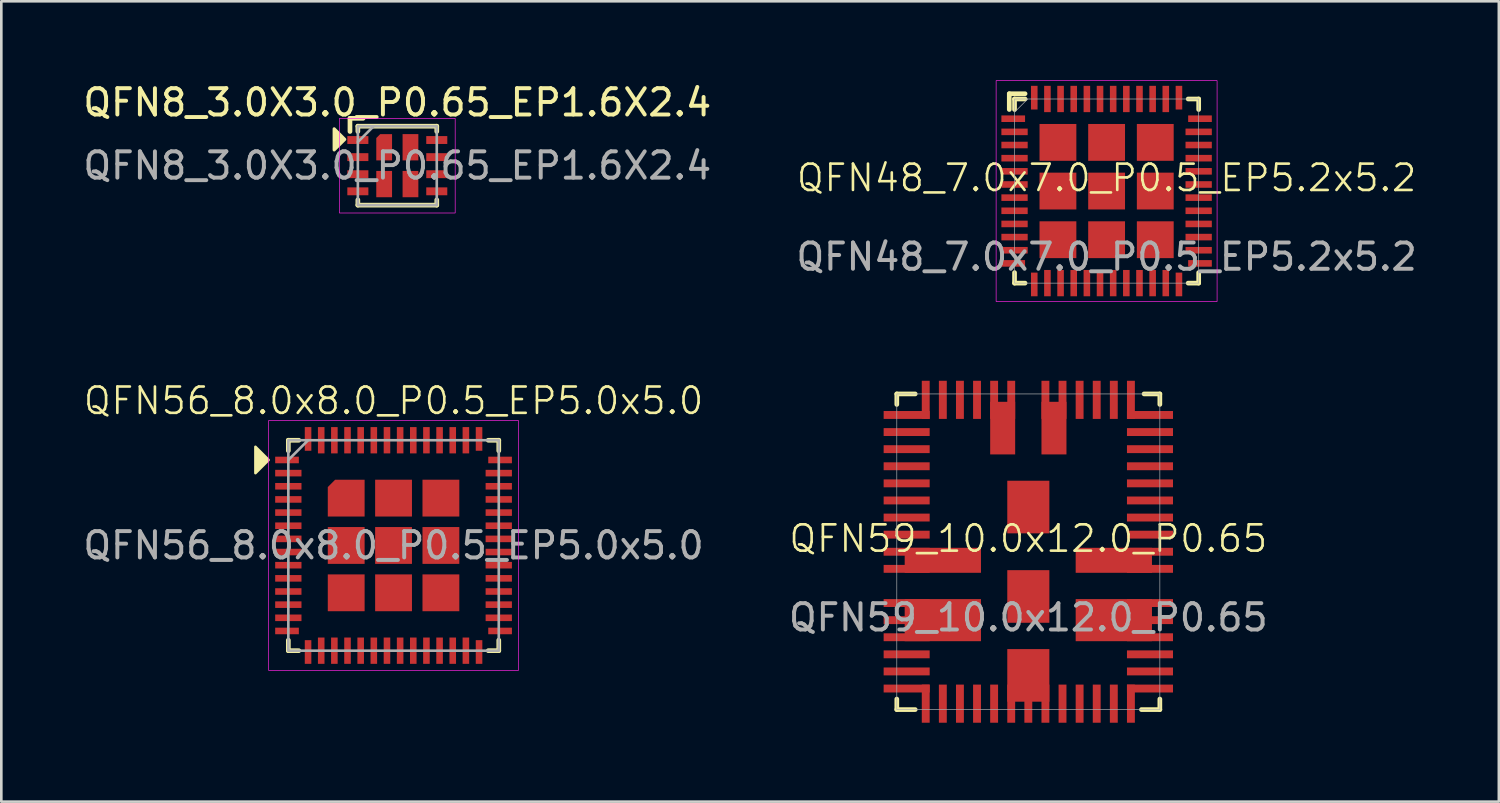
<source format=kicad_pcb>
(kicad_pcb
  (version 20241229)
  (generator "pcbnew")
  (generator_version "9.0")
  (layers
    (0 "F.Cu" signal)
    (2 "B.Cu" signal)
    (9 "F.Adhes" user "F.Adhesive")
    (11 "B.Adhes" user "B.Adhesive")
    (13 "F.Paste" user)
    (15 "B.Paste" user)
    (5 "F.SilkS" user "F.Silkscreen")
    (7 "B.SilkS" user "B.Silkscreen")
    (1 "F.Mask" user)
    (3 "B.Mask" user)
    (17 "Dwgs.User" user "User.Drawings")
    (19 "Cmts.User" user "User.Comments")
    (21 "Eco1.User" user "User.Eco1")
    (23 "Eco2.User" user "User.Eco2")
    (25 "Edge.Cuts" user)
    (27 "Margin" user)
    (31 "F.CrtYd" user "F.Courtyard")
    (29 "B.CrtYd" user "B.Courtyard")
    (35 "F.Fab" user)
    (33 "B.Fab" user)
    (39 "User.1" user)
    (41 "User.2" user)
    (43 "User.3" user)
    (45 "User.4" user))
  (footprint "QFN56_8.0x8.0_P0.5_EP5.0x5.0"
    (layer "F.Cu")
    (at 11.911 17.686)
    (property "Reference" "QFN56_8.0x8.0_P0.5_EP5.0x5.0" (at 0 -5.5 0) (unlocked yes) (layer "F.SilkS") (effects (font (size 1 1) (thickness 0.1))))
    (attr smd)
    (fp_line (start -4 -4) (end -3.6 -4) (stroke (width 0.178) (type default)) (layer "F.SilkS"))
    (fp_line (start -4 -3.6) (end -4 -4) (stroke (width 0.178) (type default)) (layer "F.SilkS"))
    (fp_line (start -4 3.6) (end -4 4) (stroke (width 0.178) (type default)) (layer "F.SilkS"))
    (fp_line (start -4 4) (end -3.6 4) (stroke (width 0.178) (type default)) (layer "F.SilkS"))
    (fp_line (start 3.6 4) (end 4 4) (stroke (width 0.178) (type default)) (layer "F.SilkS"))
    (fp_line (start 4 -4) (end 3.6 -4) (stroke (width 0.178) (type default)) (layer "F.SilkS"))
    (fp_line (start 4 -3.6) (end 4 -4) (stroke (width 0.178) (type default)) (layer "F.SilkS"))
    (fp_line (start 4 4) (end 4 3.6) (stroke (width 0.178) (type default)) (layer "F.SilkS"))
    (fp_poly (pts (xy -4.75 -3.25) (xy -5.25 -3.75) (xy -5.25 -2.75)) (stroke (width 0.1) (type solid)) (fill yes) (layer "F.SilkS"))
    (fp_rect (start -4.75 -4.75) (end 4.75 4.75) (stroke (width 0.025) (type default)) (fill no) (layer "F.CrtYd"))
    (fp_line (start -4 -3.25) (end -3.25 -4) (stroke (width 0.1) (type default)) (layer "F.Fab"))
    (fp_rect (start -4 -4) (end 4 4) (stroke (width 0.1) (type default)) (fill no) (layer "F.Fab"))
    (fp_text user "${REFERENCE}" (at 0 0 0) (unlocked yes) (layer "F.Fab") (effects (font (size 1 1) (thickness 0.15))))
    (pad "1" smd rect (at -4.05 -3.25) (size 0.9 0.25) (layers "F.Cu" "F.Mask" "F.Paste"))
    (pad "2" smd rect (at -4 -2.75) (size 1 0.25) (layers "F.Cu" "F.Mask" "F.Paste"))
    (pad "3" smd rect (at -4 -2.25) (size 1 0.25) (layers "F.Cu" "F.Mask" "F.Paste"))
    (pad "4" smd rect (at -4 -1.75) (size 1 0.25) (layers "F.Cu" "F.Mask" "F.Paste"))
    (pad "5" smd rect (at -4 -1.25) (size 1 0.25) (layers "F.Cu" "F.Mask" "F.Paste"))
    (pad "6" smd rect (at -4 -0.75) (size 1 0.25) (layers "F.Cu" "F.Mask" "F.Paste"))
    (pad "7" smd rect (at -4 -0.25) (size 1 0.25) (layers "F.Cu" "F.Mask" "F.Paste"))
    (pad "8" smd rect (at -4 0.25) (size 1 0.25) (layers "F.Cu" "F.Mask" "F.Paste"))
    (pad "9" smd rect (at -4 0.75) (size 1 0.25) (layers "F.Cu" "F.Mask" "F.Paste"))
    (pad "10" smd rect (at -4 1.25) (size 1 0.25) (layers "F.Cu" "F.Mask" "F.Paste"))
    (pad "11" smd rect (at -4 1.75) (size 1 0.25) (layers "F.Cu" "F.Mask" "F.Paste"))
    (pad "12" smd rect (at -4 2.25) (size 1 0.25) (layers "F.Cu" "F.Mask" "F.Paste"))
    (pad "13" smd rect (at -4 2.75) (size 1 0.25) (layers "F.Cu" "F.Mask" "F.Paste"))
    (pad "14" smd rect (at -4.05 3.25) (size 0.9 0.25) (layers "F.Cu" "F.Mask" "F.Paste"))
    (pad "15" smd rect (at -3.25 4.05) (size 0.25 0.9) (layers "F.Cu" "F.Mask" "F.Paste"))
    (pad "16" smd rect (at -2.75 4) (size 0.25 1) (layers "F.Cu" "F.Mask" "F.Paste"))
    (pad "17" smd rect (at -2.25 4) (size 0.25 1) (layers "F.Cu" "F.Mask" "F.Paste"))
    (pad "18" smd rect (at -1.75 4) (size 0.25 1) (layers "F.Cu" "F.Mask" "F.Paste"))
    (pad "19" smd rect (at -1.25 4) (size 0.25 1) (layers "F.Cu" "F.Mask" "F.Paste"))
    (pad "20" smd rect (at -0.75 4) (size 0.25 1) (layers "F.Cu" "F.Mask" "F.Paste"))
    (pad "21" smd rect (at -0.25 4) (size 0.25 1) (layers "F.Cu" "F.Mask" "F.Paste"))
    (pad "22" smd rect (at 0.25 4) (size 0.25 1) (layers "F.Cu" "F.Mask" "F.Paste"))
    (pad "23" smd rect (at 0.75 4) (size 0.25 1) (layers "F.Cu" "F.Mask" "F.Paste"))
    (pad "24" smd rect (at 1.25 4) (size 0.25 1) (layers "F.Cu" "F.Mask" "F.Paste"))
    (pad "25" smd rect (at 1.75 4) (size 0.25 1) (layers "F.Cu" "F.Mask" "F.Paste"))
    (pad "26" smd rect (at 2.25 4) (size 0.25 1) (layers "F.Cu" "F.Mask" "F.Paste"))
    (pad "27" smd rect (at 2.75 4) (size 0.25 1) (layers "F.Cu" "F.Mask" "F.Paste"))
    (pad "28" smd rect (at 3.25 4.05) (size 0.25 0.9) (layers "F.Cu" "F.Mask" "F.Paste"))
    (pad "29" smd rect (at 4.05 3.25) (size 0.9 0.25) (layers "F.Cu" "F.Mask" "F.Paste"))
    (pad "30" smd rect (at 4 2.75) (size 1 0.25) (layers "F.Cu" "F.Mask" "F.Paste"))
    (pad "31" smd rect (at 4 2.25) (size 1 0.25) (layers "F.Cu" "F.Mask" "F.Paste"))
    (pad "32" smd rect (at 4 1.75) (size 1 0.25) (layers "F.Cu" "F.Mask" "F.Paste"))
    (pad "33" smd rect (at 4 1.25) (size 1 0.25) (layers "F.Cu" "F.Mask" "F.Paste"))
    (pad "34" smd rect (at 4 0.75) (size 1 0.25) (layers "F.Cu" "F.Mask" "F.Paste"))
    (pad "35" smd rect (at 4 0.25) (size 1 0.25) (layers "F.Cu" "F.Mask" "F.Paste"))
    (pad "36" smd rect (at 4 -0.25) (size 1 0.25) (layers "F.Cu" "F.Mask" "F.Paste"))
    (pad "37" smd rect (at 4 -0.75) (size 1 0.25) (layers "F.Cu" "F.Mask" "F.Paste"))
    (pad "38" smd rect (at 4 -1.25) (size 1 0.25) (layers "F.Cu" "F.Mask" "F.Paste"))
    (pad "39" smd rect (at 4 -1.75) (size 1 0.25) (layers "F.Cu" "F.Mask" "F.Paste"))
    (pad "40" smd rect (at 4 -2.25) (size 1 0.25) (layers "F.Cu" "F.Mask" "F.Paste"))
    (pad "41" smd rect (at 4 -2.75) (size 1 0.25) (layers "F.Cu" "F.Mask" "F.Paste"))
    (pad "42" smd rect (at 4.05 -3.25) (size 0.9 0.25) (layers "F.Cu" "F.Mask" "F.Paste"))
    (pad "43" smd rect (at 3.25 -4.05) (size 0.25 0.9) (layers "F.Cu" "F.Mask" "F.Paste"))
    (pad "44" smd rect (at 2.75 -4) (size 0.25 1) (layers "F.Cu" "F.Mask" "F.Paste"))
    (pad "45" smd rect (at 2.25 -4) (size 0.25 1) (layers "F.Cu" "F.Mask" "F.Paste"))
    (pad "46" smd rect (at 1.75 -4) (size 0.25 1) (layers "F.Cu" "F.Mask" "F.Paste"))
    (pad "47" smd rect (at 1.25 -4) (size 0.25 1) (layers "F.Cu" "F.Mask" "F.Paste"))
    (pad "48" smd rect (at 0.75 -4) (size 0.25 1) (layers "F.Cu" "F.Mask" "F.Paste"))
    (pad "49" smd rect (at 0.25 -4) (size 0.25 1) (layers "F.Cu" "F.Mask" "F.Paste"))
    (pad "50" smd rect (at -0.25 -4) (size 0.25 1) (layers "F.Cu" "F.Mask" "F.Paste"))
    (pad "51" smd rect (at -0.75 -4) (size 0.25 1) (layers "F.Cu" "F.Mask" "F.Paste"))
    (pad "52" smd rect (at -1.25 -4) (size 0.25 1) (layers "F.Cu" "F.Mask" "F.Paste"))
    (pad "53" smd rect (at -1.75 -4) (size 0.25 1) (layers "F.Cu" "F.Mask" "F.Paste"))
    (pad "54" smd rect (at -2.25 -4) (size 0.25 1) (layers "F.Cu" "F.Mask" "F.Paste"))
    (pad "55" smd rect (at -2.75 -4) (size 0.25 1) (layers "F.Cu" "F.Mask" "F.Paste"))
    (pad "56" smd rect (at -3.25 -4.05) (size 0.25 0.9) (layers "F.Cu" "F.Mask" "F.Paste"))
    (pad "57" smd roundrect (at -1.8 -1.8) (size 1.4 1.4) (layers "F.Cu" "F.Mask" "F.Paste") (roundrect_rratio 0) (chamfer_ratio 0.2) (chamfer top_left))
    (pad "57" smd rect (at -1.8 0) (size 1.4 1.4) (layers "F.Cu" "F.Mask" "F.Paste"))
    (pad "57" smd rect (at -1.8 1.8) (size 1.4 1.4) (layers "F.Cu" "F.Mask" "F.Paste"))
    (pad "57" smd rect (at 0 -1.8) (size 1.4 1.4) (layers "F.Cu" "F.Mask" "F.Paste"))
    (pad "57" smd rect (at 0 0) (size 1.4 1.4) (layers "F.Cu" "F.Mask" "F.Paste"))
    (pad "57" smd rect (at 0 1.8) (size 1.4 1.4) (layers "F.Cu" "F.Mask" "F.Paste"))
    (pad "57" smd rect (at 1.8 -1.8) (size 1.4 1.4) (layers "F.Cu" "F.Mask" "F.Paste"))
    (pad "57" smd rect (at 1.8 0) (size 1.4 1.4) (layers "F.Cu" "F.Mask" "F.Paste"))
    (pad "57" smd rect (at 1.8 1.8) (size 1.4 1.4) (layers "F.Cu" "F.Mask" "F.Paste")))
  (footprint "QFN48_7.0x7.0_P0.5_EP5.2x5.2"
    (layer "F.Cu")
    (at 39.018 4.213)
    (property "Reference" "QFN48_7.0x7.0_P0.5_EP5.2x5.2" (at 0 -0.5 0) (unlocked yes) (layer "F.SilkS") (effects (font (size 1 1) (thickness 0.1))))
    (attr smd)
    (fp_line (start -3.7 -3.7) (end -3.1 -3.7) (stroke (width 0.178) (type default)) (layer "F.SilkS"))
    (fp_line (start -3.7 -3.1) (end -3.7 -3.7) (stroke (width 0.178) (type default)) (layer "F.SilkS"))
    (fp_line (start -3.5 -3.1) (end -3.5 -3.5) (stroke (width 0.178) (type default)) (layer "F.SilkS"))
    (fp_line (start -3.5 3.1) (end -3.5 3.5) (stroke (width 0.178) (type default)) (layer "F.SilkS"))
    (fp_line (start -3.1 -3.5) (end -3.5 -3.5) (stroke (width 0.178) (type default)) (layer "F.SilkS"))
    (fp_line (start -3.1 3.5) (end -3.5 3.5) (stroke (width 0.178) (type default)) (layer "F.SilkS"))
    (fp_line (start 3.1 -3.5) (end 3.5 -3.5) (stroke (width 0.178) (type default)) (layer "F.SilkS"))
    (fp_line (start 3.1 3.5) (end 3.5 3.5) (stroke (width 0.178) (type default)) (layer "F.SilkS"))
    (fp_line (start 3.5 -3.1) (end 3.5 -3.5) (stroke (width 0.178) (type default)) (layer "F.SilkS"))
    (fp_line (start 3.5 3.1) (end 3.5 3.5) (stroke (width 0.178) (type default)) (layer "F.SilkS"))
    (fp_rect (start -4.2 -4.2) (end 4.2 4.2) (stroke (width 0.025) (type default)) (fill no) (layer "F.CrtYd"))
    (fp_line (start -3.5 -3) (end -3 -3.5) (stroke (width 0.025) (type default)) (layer "F.Fab"))
    (fp_rect (start -3.5 -3.5) (end 3.5 3.5) (stroke (width 0.025) (type default)) (fill no) (layer "F.Fab"))
    (fp_text user "${REFERENCE}" (at 0 2.5 0) (unlocked yes) (layer "F.Fab") (effects (font (size 1 1) (thickness 0.15))))
    (pad "1" smd rect (at -3.55 -2.75) (size 0.9 0.25) (layers "F.Cu" "F.Mask" "F.Paste"))
    (pad "2" smd rect (at -3.5 -2.25) (size 1 0.25) (layers "F.Cu" "F.Mask" "F.Paste"))
    (pad "3" smd rect (at -3.5 -1.75) (size 1 0.25) (layers "F.Cu" "F.Mask" "F.Paste"))
    (pad "4" smd rect (at -3.5 -1.25) (size 1 0.25) (layers "F.Cu" "F.Mask" "F.Paste"))
    (pad "5" smd rect (at -3.5 -0.75) (size 1 0.25) (layers "F.Cu" "F.Mask" "F.Paste"))
    (pad "6" smd rect (at -3.5 -0.25) (size 1 0.25) (layers "F.Cu" "F.Mask" "F.Paste"))
    (pad "7" smd rect (at -3.5 0.25) (size 1 0.25) (layers "F.Cu" "F.Mask" "F.Paste"))
    (pad "8" smd rect (at -3.5 0.75) (size 1 0.25) (layers "F.Cu" "F.Mask" "F.Paste"))
    (pad "9" smd rect (at -3.5 1.25) (size 1 0.25) (layers "F.Cu" "F.Mask" "F.Paste"))
    (pad "10" smd rect (at -3.5 1.75) (size 1 0.25) (layers "F.Cu" "F.Mask" "F.Paste"))
    (pad "11" smd rect (at -3.5 2.25) (size 1 0.25) (layers "F.Cu" "F.Mask" "F.Paste"))
    (pad "12" smd rect (at -3.55 2.75) (size 0.9 0.25) (layers "F.Cu" "F.Mask" "F.Paste"))
    (pad "13" smd rect (at -2.75 3.55) (size 0.25 0.9) (layers "F.Cu" "F.Mask" "F.Paste"))
    (pad "14" smd rect (at -2.25 3.5) (size 0.25 1) (layers "F.Cu" "F.Mask" "F.Paste"))
    (pad "15" smd rect (at -1.75 3.5) (size 0.25 1) (layers "F.Cu" "F.Mask" "F.Paste"))
    (pad "16" smd rect (at -1.25 3.5) (size 0.25 1) (layers "F.Cu" "F.Mask" "F.Paste"))
    (pad "17" smd rect (at -0.75 3.5) (size 0.25 1) (layers "F.Cu" "F.Mask" "F.Paste"))
    (pad "18" smd rect (at -0.25 3.5) (size 0.25 1) (layers "F.Cu" "F.Mask" "F.Paste"))
    (pad "19" smd rect (at 0.25 3.5) (size 0.25 1) (layers "F.Cu" "F.Mask" "F.Paste"))
    (pad "20" smd rect (at 0.75 3.5) (size 0.25 1) (layers "F.Cu" "F.Mask" "F.Paste"))
    (pad "21" smd rect (at 1.25 3.5) (size 0.25 1) (layers "F.Cu" "F.Mask" "F.Paste"))
    (pad "22" smd rect (at 1.75 3.5) (size 0.25 1) (layers "F.Cu" "F.Mask" "F.Paste"))
    (pad "23" smd rect (at 2.25 3.5) (size 0.25 1) (layers "F.Cu" "F.Mask" "F.Paste"))
    (pad "24" smd rect (at 2.75 3.55) (size 0.25 0.9) (layers "F.Cu" "F.Mask" "F.Paste"))
    (pad "25" smd rect (at 3.55 2.75) (size 0.9 0.25) (layers "F.Cu" "F.Mask" "F.Paste"))
    (pad "26" smd rect (at 3.5 2.25) (size 1 0.25) (layers "F.Cu" "F.Mask" "F.Paste"))
    (pad "27" smd rect (at 3.5 1.75) (size 1 0.25) (layers "F.Cu" "F.Mask" "F.Paste"))
    (pad "28" smd rect (at 3.5 1.25) (size 1 0.25) (layers "F.Cu" "F.Mask" "F.Paste"))
    (pad "29" smd rect (at 3.5 0.75) (size 1 0.25) (layers "F.Cu" "F.Mask" "F.Paste"))
    (pad "30" smd rect (at 3.5 0.25) (size 1 0.25) (layers "F.Cu" "F.Mask" "F.Paste"))
    (pad "31" smd rect (at 3.5 -0.25) (size 1 0.25) (layers "F.Cu" "F.Mask" "F.Paste"))
    (pad "32" smd rect (at 3.5 -0.75) (size 1 0.25) (layers "F.Cu" "F.Mask" "F.Paste"))
    (pad "33" smd rect (at 3.5 -1.25) (size 1 0.25) (layers "F.Cu" "F.Mask" "F.Paste"))
    (pad "34" smd rect (at 3.5 -1.75) (size 1 0.25) (layers "F.Cu" "F.Mask" "F.Paste"))
    (pad "35" smd rect (at 3.5 -2.25) (size 1 0.25) (layers "F.Cu" "F.Mask" "F.Paste"))
    (pad "36" smd rect (at 3.55 -2.75) (size 0.9 0.25) (layers "F.Cu" "F.Mask" "F.Paste"))
    (pad "37" smd rect (at 2.75 -3.55) (size 0.25 0.9) (layers "F.Cu" "F.Mask" "F.Paste"))
    (pad "38" smd rect (at 2.25 -3.5) (size 0.25 1) (layers "F.Cu" "F.Mask" "F.Paste"))
    (pad "39" smd rect (at 1.75 -3.5) (size 0.25 1) (layers "F.Cu" "F.Mask" "F.Paste"))
    (pad "40" smd rect (at 1.25 -3.5) (size 0.25 1) (layers "F.Cu" "F.Mask" "F.Paste"))
    (pad "41" smd rect (at 0.75 -3.5) (size 0.25 1) (layers "F.Cu" "F.Mask" "F.Paste"))
    (pad "42" smd rect (at 0.25 -3.5) (size 0.25 1) (layers "F.Cu" "F.Mask" "F.Paste"))
    (pad "43" smd rect (at -0.25 -3.5) (size 0.25 1) (layers "F.Cu" "F.Mask" "F.Paste"))
    (pad "44" smd rect (at -0.75 -3.5) (size 0.25 1) (layers "F.Cu" "F.Mask" "F.Paste"))
    (pad "45" smd rect (at -1.25 -3.5) (size 0.25 1) (layers "F.Cu" "F.Mask" "F.Paste"))
    (pad "46" smd rect (at -1.75 -3.5) (size 0.25 1) (layers "F.Cu" "F.Mask" "F.Paste"))
    (pad "47" smd rect (at -2.25 -3.5) (size 0.25 1) (layers "F.Cu" "F.Mask" "F.Paste"))
    (pad "48" smd rect (at -2.75 -3.55) (size 0.25 0.9) (layers "F.Cu" "F.Mask" "F.Paste"))
    (pad "49" smd rect (at -1.85 -1.85) (size 1.4 1.4) (layers "F.Cu" "F.Mask" "F.Paste"))
    (pad "49" smd rect (at -1.85 0) (size 1.4 1.4) (layers "F.Cu" "F.Mask" "F.Paste"))
    (pad "49" smd rect (at -1.85 1.85) (size 1.4 1.4) (layers "F.Cu" "F.Mask" "F.Paste"))
    (pad "49" smd rect (at 0 -1.85) (size 1.4 1.4) (layers "F.Cu" "F.Mask" "F.Paste"))
    (pad "49" smd rect (at 0 0) (size 1.4 1.4) (layers "F.Cu" "F.Mask" "F.Paste"))
    (pad "49" smd rect (at 0 1.85) (size 1.4 1.4) (layers "F.Cu" "F.Mask" "F.Paste"))
    (pad "49" smd rect (at 1.85 -1.85) (size 1.4 1.4) (layers "F.Cu" "F.Mask" "F.Paste"))
    (pad "49" smd rect (at 1.85 0) (size 1.4 1.4) (layers "F.Cu" "F.Mask" "F.Paste"))
    (pad "49" smd rect (at 1.85 1.85) (size 1.4 1.4) (layers "F.Cu" "F.Mask" "F.Paste")))
  (footprint "QFN8_3.0X3.0_P0.65_EP1.6X2.4"
    (layer "F.Cu")
    (at 12.054 3.248)
    (property "Reference" "QFN8_3.0X3.0_P0.65_EP1.6X2.4" (at 0 -2.4 0) (unlocked yes) (layer "F.SilkS") (effects (font (size 1 1) (thickness 0.15))))
    (attr smd)
    (fp_line (start -1.8 -1.8) (end -1.3 -1.8) (stroke (width 0.178) (type solid)) (layer "F.SilkS"))
    (fp_line (start -1.8 -1.3) (end -1.8 -1.8) (stroke (width 0.178) (type solid)) (layer "F.SilkS"))
    (fp_line (start -1.5 -1.5) (end 1.5 -1.5) (stroke (width 0.178) (type solid)) (layer "F.SilkS"))
    (fp_line (start -1.5 -1.3) (end -1.5 -1.5) (stroke (width 0.178) (type solid)) (layer "F.SilkS"))
    (fp_line (start -1.5 1.5) (end -1.5 1.3) (stroke (width 0.178) (type solid)) (layer "F.SilkS"))
    (fp_line (start 1.5 -1.5) (end 1.5 -1.3) (stroke (width 0.178) (type solid)) (layer "F.SilkS"))
    (fp_line (start 1.5 1.3) (end 1.5 1.5) (stroke (width 0.178) (type solid)) (layer "F.SilkS"))
    (fp_line (start 1.5 1.5) (end -1.5 1.5) (stroke (width 0.178) (type solid)) (layer "F.SilkS"))
    (fp_poly (pts (xy -2 -1) (xy -2.4 -0.6) (xy -2.4 -1.4)) (stroke (width 0.12) (type solid)) (fill yes) (layer "F.SilkS"))
    (fp_rect (start -2.2 -1.8) (end 2.2 1.8) (stroke (width 0.025) (type solid)) (fill no) (layer "F.CrtYd"))
    (fp_line (start -1.5 -0.9) (end -0.9 -1.5) (stroke (width 0.1) (type solid)) (layer "F.Fab"))
    (fp_rect (start -1.5 -1.5) (end 1.5 1.5) (stroke (width 0.1) (type solid)) (fill no) (layer "F.Fab"))
    (fp_text user "${REFERENCE}" (at 0 0 0) (unlocked yes) (layer "F.Fab") (effects (font (size 1 1) (thickness 0.15))))
    (pad "1" smd rect (at -1.5 -0.975) (size 0.8 0.3) (layers "F.Cu" "F.Mask" "F.Paste"))
    (pad "2" smd rect (at -1.5 -0.325) (size 0.8 0.3) (layers "F.Cu" "F.Mask" "F.Paste"))
    (pad "3" smd rect (at -1.5 0.325) (size 0.8 0.3) (layers "F.Cu" "F.Mask" "F.Paste"))
    (pad "4" smd rect (at -1.5 0.975) (size 0.8 0.3) (layers "F.Cu" "F.Mask" "F.Paste"))
    (pad "5" smd rect (at 1.5 0.975) (size 0.8 0.3) (layers "F.Cu" "F.Mask" "F.Paste"))
    (pad "6" smd rect (at 1.5 0.325) (size 0.8 0.3) (layers "F.Cu" "F.Mask" "F.Paste"))
    (pad "7" smd rect (at 1.5 -0.325) (size 0.8 0.3) (layers "F.Cu" "F.Mask" "F.Paste"))
    (pad "8" smd rect (at 1.5 -0.975) (size 0.8 0.3) (layers "F.Cu" "F.Mask" "F.Paste"))
    (pad "9" smd roundrect (at -0.5 -0.7) (size 0.6 1) (layers "F.Cu" "F.Mask" "F.Paste") (roundrect_rratio 0) (chamfer_ratio 0.25) (chamfer top_left))
    (pad "9" smd rect (at -0.5 0.7) (size 0.6 1) (layers "F.Cu" "F.Mask" "F.Paste"))
    (pad "9" smd rect (at 0.5 -0.7) (size 0.6 1) (layers "F.Cu" "F.Mask" "F.Paste"))
    (pad "9" smd rect (at 0.5 0.7) (size 0.6 1) (layers "F.Cu" "F.Mask" "F.Paste")))
  (footprint "QFN59_10.0x12.0_P0.65"
    (layer "F.Cu")
    (at 36.042 17.925)
    (property "Reference" "QFN59_10.0x12.0_P0.65" (at 0 -0.5 0) (unlocked yes) (layer "F.SilkS") (effects (font (size 1 1) (thickness 0.1))))
    (attr smd)
    (fp_line (start -5 -5.6) (end -5 -6) (stroke (width 0.178) (type default)) (layer "F.SilkS"))
    (fp_line (start -5 5.6) (end -5 6) (stroke (width 0.178) (type default)) (layer "F.SilkS"))
    (fp_line (start -4.3 -6) (end -5 -6) (stroke (width 0.178) (type default)) (layer "F.SilkS"))
    (fp_line (start -4.3 6) (end -5 6) (stroke (width 0.178) (type default)) (layer "F.SilkS"))
    (fp_line (start 5 -6) (end 4.4 -6) (stroke (width 0.178) (type default)) (layer "F.SilkS"))
    (fp_line (start 5 -5.6) (end 5 -6) (stroke (width 0.178) (type default)) (layer "F.SilkS"))
    (fp_line (start 5 5.6) (end 5 6) (stroke (width 0.178) (type default)) (layer "F.SilkS"))
    (fp_line (start 5 6) (end 4.3 6) (stroke (width 0.178) (type default)) (layer "F.SilkS"))
    (fp_rect (start -5 -6) (end 5 6) (stroke (width 0.025) (type default)) (fill no) (layer "F.Fab"))
    (fp_text user "${REFERENCE}" (at 0 2.5 0) (unlocked yes) (layer "F.Fab") (effects (font (size 1 1) (thickness 0.15))))
    (pad "1" smd rect (at -4.625 -5.2) (size 1.75 0.3) (layers "F.Cu" "F.Mask" "F.Paste"))
    (pad "2" smd rect (at -4.625 -4.55) (size 1.75 0.3) (layers "F.Cu" "F.Mask" "F.Paste"))
    (pad "3" smd rect (at -4.625 -3.9) (size 1.75 0.3) (layers "F.Cu" "F.Mask" "F.Paste"))
    (pad "4" smd rect (at -4.625 -3.25) (size 1.75 0.3) (layers "F.Cu" "F.Mask" "F.Paste"))
    (pad "5" smd rect (at -4.625 -2.6) (size 1.75 0.3) (layers "F.Cu" "F.Mask" "F.Paste"))
    (pad "6" smd rect (at -4.625 -1.95) (size 1.75 0.3) (layers "F.Cu" "F.Mask" "F.Paste"))
    (pad "7" smd rect (at -4.625 -1.3) (size 1.75 0.3) (layers "F.Cu" "F.Mask" "F.Paste"))
    (pad "8" smd rect (at -4.625 -0.65) (size 1.75 0.3) (layers "F.Cu" "F.Mask" "F.Paste"))
    (pad "9" smd rect (at -4.625 0) (size 1.75 0.3) (layers "F.Cu" "F.Mask" "F.Paste"))
    (pad "10" smd rect (at -4.625 0.65) (size 1.75 0.3) (layers "F.Cu" "F.Mask" "F.Paste"))
    (pad "10" smd rect (at -3.25 0.325) (size 2.9 0.95) (layers "F.Cu" "F.Mask" "F.Paste"))
    (pad "11" smd rect (at -4.625 1.95) (size 1.75 0.3) (layers "F.Cu" "F.Mask" "F.Paste"))
    (pad "12" smd rect (at -4.625 2.6) (size 1.75 0.3) (layers "F.Cu" "F.Mask" "F.Paste"))
    (pad "12" smd rect (at -3.25 2.6) (size 2.9 1.6) (layers "F.Cu" "F.Mask" "F.Paste"))
    (pad "13" smd rect (at -4.625 3.25) (size 1.75 0.3) (layers "F.Cu" "F.Mask" "F.Paste"))
    (pad "14" smd rect (at -4.625 3.9) (size 1.75 0.3) (layers "F.Cu" "F.Mask" "F.Paste"))
    (pad "15" smd rect (at -4.625 4.55) (size 1.75 0.3) (layers "F.Cu" "F.Mask" "F.Paste"))
    (pad "16" smd rect (at -4.625 5.2) (size 1.75 0.3) (layers "F.Cu" "F.Mask" "F.Paste"))
    (pad "17" smd rect (at -3.9 5.775) (size 0.3 1.45) (layers "F.Cu" "F.Mask" "F.Paste"))
    (pad "18" smd rect (at -3.25 5.775) (size 0.3 1.45) (layers "F.Cu" "F.Mask" "F.Paste"))
    (pad "19" smd rect (at -2.6 5.775) (size 0.3 1.45) (layers "F.Cu" "F.Mask" "F.Paste"))
    (pad "20" smd rect (at -1.95 5.775) (size 0.3 1.45) (layers "F.Cu" "F.Mask" "F.Paste"))
    (pad "21" smd rect (at -1.3 5.775) (size 0.3 1.45) (layers "F.Cu" "F.Mask" "F.Paste"))
    (pad "22" smd rect (at -0.65 5.775) (size 0.3 1.45) (layers "F.Cu" "F.Mask" "F.Paste"))
    (pad "23" smd rect (at 0 4.7) (size 1.6 2) (layers "F.Cu" "F.Mask" "F.Paste"))
    (pad "23" smd rect (at 0 5.775) (size 0.3 1.45) (layers "F.Cu" "F.Mask" "F.Paste"))
    (pad "24" smd rect (at 0.65 5.775) (size 0.3 1.45) (layers "F.Cu" "F.Mask" "F.Paste"))
    (pad "25" smd rect (at 1.3 5.775) (size 0.3 1.45) (layers "F.Cu" "F.Mask" "F.Paste"))
    (pad "26" smd rect (at 1.95 5.775) (size 0.3 1.45) (layers "F.Cu" "F.Mask" "F.Paste"))
    (pad "27" smd rect (at 2.6 5.775) (size 0.3 1.45) (layers "F.Cu" "F.Mask" "F.Paste"))
    (pad "28" smd rect (at 3.25 5.775) (size 0.3 1.45) (layers "F.Cu" "F.Mask" "F.Paste"))
    (pad "29" smd rect (at 3.9 5.775) (size 0.3 1.45) (layers "F.Cu" "F.Mask" "F.Paste"))
    (pad "30" smd rect (at 4.625 5.2) (size 1.75 0.3) (layers "F.Cu" "F.Mask" "F.Paste"))
    (pad "31" smd rect (at 4.625 4.55) (size 1.75 0.3) (layers "F.Cu" "F.Mask" "F.Paste"))
    (pad "32" smd rect (at 4.625 3.9) (size 1.75 0.3) (layers "F.Cu" "F.Mask" "F.Paste"))
    (pad "33" smd rect (at 4.625 3.25) (size 1.75 0.3) (layers "F.Cu" "F.Mask" "F.Paste"))
    (pad "34" smd rect (at 3.25 2.6) (size 2.9 1.6) (layers "F.Cu" "F.Mask" "F.Paste"))
    (pad "34" smd rect (at 4.625 2.6) (size 1.75 0.3) (layers "F.Cu" "F.Mask" "F.Paste"))
    (pad "35" smd rect (at 4.625 1.95) (size 1.75 0.3) (layers "F.Cu" "F.Mask" "F.Paste"))
    (pad "36" smd rect (at 3.25 0.325) (size 2.9 0.95) (layers "F.Cu" "F.Mask" "F.Paste"))
    (pad "36" smd rect (at 4.625 0.65) (size 1.75 0.3) (layers "F.Cu" "F.Mask" "F.Paste"))
    (pad "37" smd rect (at 4.625 0) (size 1.75 0.3) (layers "F.Cu" "F.Mask" "F.Paste"))
    (pad "38" smd rect (at 4.625 -0.65) (size 1.75 0.3) (layers "F.Cu" "F.Mask" "F.Paste"))
    (pad "39" smd rect (at 4.625 -1.3) (size 1.75 0.3) (layers "F.Cu" "F.Mask" "F.Paste"))
    (pad "40" smd rect (at 4.625 -1.95) (size 1.75 0.3) (layers "F.Cu" "F.Mask" "F.Paste"))
    (pad "41" smd rect (at 4.625 -2.6) (size 1.75 0.3) (layers "F.Cu" "F.Mask" "F.Paste"))
    (pad "42" smd rect (at 4.625 -3.25) (size 1.75 0.3) (layers "F.Cu" "F.Mask" "F.Paste"))
    (pad "43" smd rect (at 4.625 -3.9) (size 1.75 0.3) (layers "F.Cu" "F.Mask" "F.Paste"))
    (pad "44" smd rect (at 4.625 -4.55) (size 1.75 0.3) (layers "F.Cu" "F.Mask" "F.Paste"))
    (pad "45" smd rect (at 4.625 -5.2) (size 1.75 0.3) (layers "F.Cu" "F.Mask" "F.Paste"))
    (pad "46" smd rect (at 3.9 -5.775) (size 0.3 1.45) (layers "F.Cu" "F.Mask" "F.Paste"))
    (pad "47" smd rect (at 3.25 -5.775) (size 0.3 1.45) (layers "F.Cu" "F.Mask" "F.Paste"))
    (pad "48" smd rect (at 2.6 -5.775) (size 0.3 1.45) (layers "F.Cu" "F.Mask" "F.Paste"))
    (pad "49" smd rect (at 1.95 -5.775) (size 0.3 1.45) (layers "F.Cu" "F.Mask" "F.Paste"))
    (pad "50" smd rect (at 1.3 -5.775) (size 0.3 1.45) (layers "F.Cu" "F.Mask" "F.Paste"))
    (pad "51" smd rect (at 0.65 -5.775) (size 0.3 1.45) (layers "F.Cu" "F.Mask" "F.Paste"))
    (pad "51" smd rect (at 0.975 -4.7) (size 0.95 2) (layers "F.Cu" "F.Mask" "F.Paste"))
    (pad "52" smd rect (at -0.975 -4.7) (size 0.95 2) (layers "F.Cu" "F.Mask" "F.Paste"))
    (pad "52" smd rect (at -0.65 -5.775) (size 0.3 1.45) (layers "F.Cu" "F.Mask" "F.Paste"))
    (pad "53" smd rect (at -1.3 -5.775) (size 0.3 1.45) (layers "F.Cu" "F.Mask" "F.Paste"))
    (pad "54" smd rect (at -1.95 -5.775) (size 0.3 1.45) (layers "F.Cu" "F.Mask" "F.Paste"))
    (pad "55" smd rect (at -2.6 -5.775) (size 0.3 1.45) (layers "F.Cu" "F.Mask" "F.Paste"))
    (pad "56" smd rect (at -3.25 -5.775) (size 0.3 1.45) (layers "F.Cu" "F.Mask" "F.Paste"))
    (pad "57" smd rect (at -3.9 -5.775) (size 0.3 1.45) (layers "F.Cu" "F.Mask" "F.Paste"))
    (pad "58" smd rect (at 0 -1.7) (size 1.6 2) (layers "F.Cu" "F.Mask" "F.Paste"))
    (pad "59" smd rect (at 0 1.7) (size 1.6 2) (layers "F.Cu" "F.Mask" "F.Paste"))
    (zone (net_name "") (layer "F.Cu") (hatch edge 0.5) (connect_pads) (min_thickness 0.25) (filled_areas_thickness no) (keepout (tracks allowed) (vias not_allowed) (pads allowed) (copperpour allowed) (footprints allowed)) (placement (enabled no)) (fill) (polygon (pts (xy 33.042 13.225) (xy 33.042 16.625) (xy 34.042 16.625) (xy 34.042 13.225))))
    (zone (net_name "") (layer "F.Cu") (hatch edge 0.5) (connect_pads) (min_thickness 0.25) (filled_areas_thickness no) (keepout (tracks allowed) (vias not_allowed) (pads allowed) (copperpour allowed) (footprints allowed)) (placement (enabled no)) (fill) (polygon (pts (xy 38.042 13.225) (xy 38.042 16.625) (xy 39.042 16.625) (xy 39.042 13.225)))))
  (gr_rect
    (start -3 -3)
    (end 53.929 27.425)
    (stroke (width 0.1) (type default))
    (fill no)
    (layer "Edge.Cuts")))
</source>
